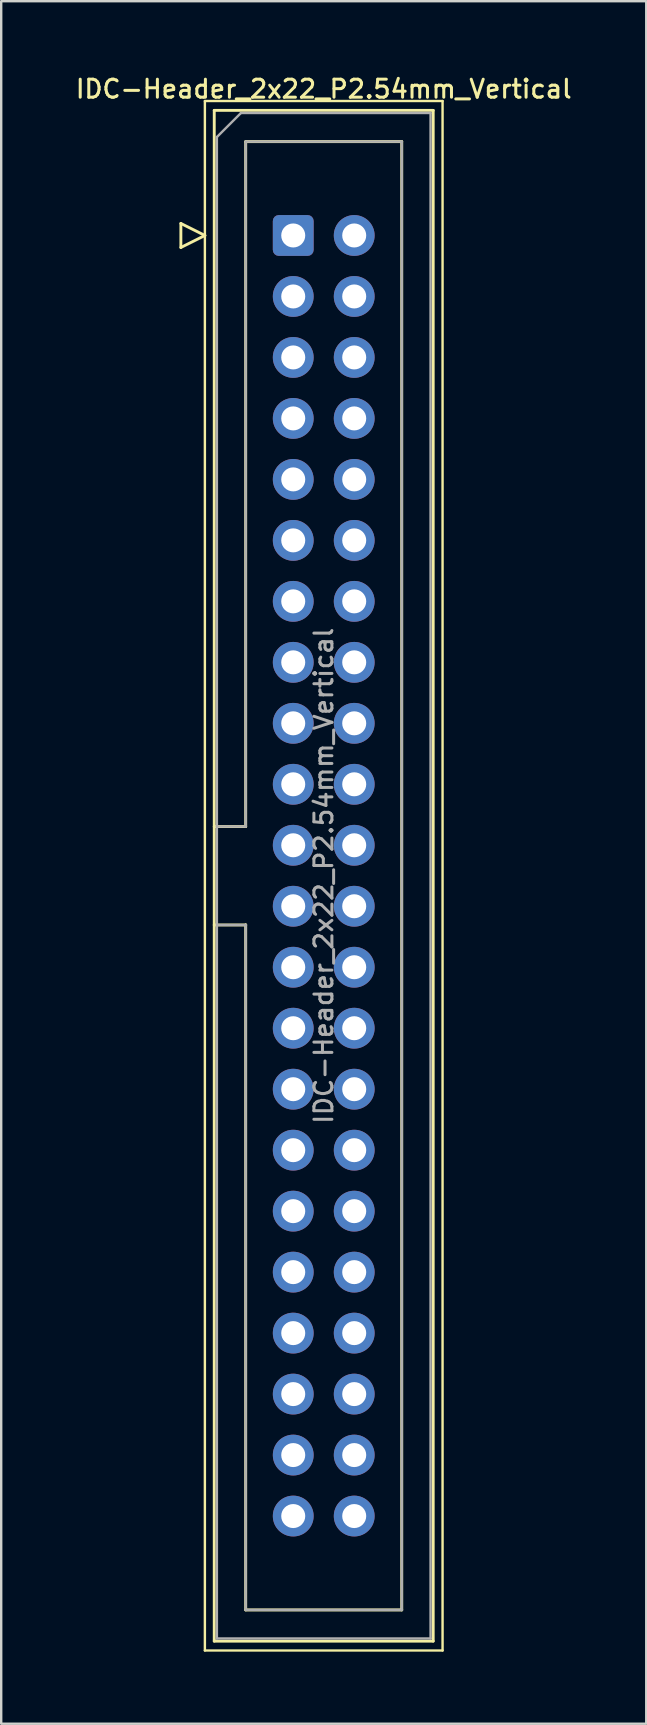
<source format=kicad_pcb>
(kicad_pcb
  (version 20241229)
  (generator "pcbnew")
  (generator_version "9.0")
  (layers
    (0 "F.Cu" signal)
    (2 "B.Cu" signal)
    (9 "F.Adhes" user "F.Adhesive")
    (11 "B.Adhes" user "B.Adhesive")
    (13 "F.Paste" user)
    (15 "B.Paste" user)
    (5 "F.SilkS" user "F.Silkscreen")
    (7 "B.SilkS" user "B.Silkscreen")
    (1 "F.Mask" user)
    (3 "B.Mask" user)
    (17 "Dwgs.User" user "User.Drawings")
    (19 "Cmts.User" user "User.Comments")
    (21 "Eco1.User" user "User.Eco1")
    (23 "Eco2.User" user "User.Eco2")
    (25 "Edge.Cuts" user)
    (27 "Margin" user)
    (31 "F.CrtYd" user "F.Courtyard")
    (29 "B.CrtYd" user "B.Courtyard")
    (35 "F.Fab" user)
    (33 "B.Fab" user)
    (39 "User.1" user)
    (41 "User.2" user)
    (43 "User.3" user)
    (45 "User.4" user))
  (footprint "IDC-Header_2x22_P2.54mm_Vertical"
    (layer "F.Cu")
    (at 9.164 6.758)
    (property "Reference" "IDC-Header_2x22_P2.54mm_Vertical" (at 1.27 -6.1 0) (layer "F.SilkS") (effects (font (size 0.75 0.75) (thickness 0.125))))
    (attr through_hole)
    (fp_line (start -4.68 -0.5) (end -4.68 0.5) (stroke (width 0.12) (type solid)) (layer "F.SilkS"))
    (fp_line (start -4.68 0.5) (end -3.68 0) (stroke (width 0.12) (type solid)) (layer "F.SilkS"))
    (fp_line (start -3.68 -5.6) (end -3.68 58.94) (stroke (width 0.1) (type solid)) (layer "F.SilkS"))
    (fp_line (start -3.68 0) (end -4.68 -0.5) (stroke (width 0.12) (type solid)) (layer "F.SilkS"))
    (fp_line (start -3.68 58.94) (end 6.22 58.94) (stroke (width 0.1) (type solid)) (layer "F.SilkS"))
    (fp_line (start -3.29 -5.21) (end 5.83 -5.21) (stroke (width 0.12) (type solid)) (layer "F.SilkS"))
    (fp_line (start -3.29 24.62) (end -1.98 24.62) (stroke (width 0.12) (type solid)) (layer "F.SilkS"))
    (fp_line (start -3.29 58.55) (end -3.29 -5.21) (stroke (width 0.12) (type solid)) (layer "F.SilkS"))
    (fp_line (start -1.98 -3.91) (end 4.52 -3.91) (stroke (width 0.12) (type solid)) (layer "F.SilkS"))
    (fp_line (start -1.98 24.62) (end -1.98 -3.91) (stroke (width 0.12) (type solid)) (layer "F.SilkS"))
    (fp_line (start -1.98 28.72) (end -3.29 28.72) (stroke (width 0.12) (type solid)) (layer "F.SilkS"))
    (fp_line (start -1.98 28.72) (end -1.98 28.72) (stroke (width 0.12) (type solid)) (layer "F.SilkS"))
    (fp_line (start -1.98 57.25) (end -1.98 28.72) (stroke (width 0.12) (type solid)) (layer "F.SilkS"))
    (fp_line (start 4.52 -3.91) (end 4.52 57.25) (stroke (width 0.12) (type solid)) (layer "F.SilkS"))
    (fp_line (start 4.52 57.25) (end -1.98 57.25) (stroke (width 0.12) (type solid)) (layer "F.SilkS"))
    (fp_line (start 5.83 -5.21) (end 5.83 58.55) (stroke (width 0.12) (type solid)) (layer "F.SilkS"))
    (fp_line (start 5.83 58.55) (end -3.29 58.55) (stroke (width 0.12) (type solid)) (layer "F.SilkS"))
    (fp_line (start 6.22 -5.6) (end -3.68 -5.6) (stroke (width 0.1) (type solid)) (layer "F.SilkS"))
    (fp_line (start 6.22 58.94) (end 6.22 -5.6) (stroke (width 0.1) (type solid)) (layer "F.SilkS"))
    (fp_line (start -3.18 -4.1) (end -2.18 -5.1) (stroke (width 0.1) (type solid)) (layer "F.Fab"))
    (fp_line (start -3.18 24.62) (end -1.98 24.62) (stroke (width 0.1) (type solid)) (layer "F.Fab"))
    (fp_line (start -3.18 58.44) (end -3.18 -4.1) (stroke (width 0.1) (type solid)) (layer "F.Fab"))
    (fp_line (start -2.18 -5.1) (end 5.72 -5.1) (stroke (width 0.1) (type solid)) (layer "F.Fab"))
    (fp_line (start -1.98 -3.91) (end 4.52 -3.91) (stroke (width 0.1) (type solid)) (layer "F.Fab"))
    (fp_line (start -1.98 24.62) (end -1.98 -3.91) (stroke (width 0.1) (type solid)) (layer "F.Fab"))
    (fp_line (start -1.98 28.72) (end -3.18 28.72) (stroke (width 0.1) (type solid)) (layer "F.Fab"))
    (fp_line (start -1.98 28.72) (end -1.98 28.72) (stroke (width 0.1) (type solid)) (layer "F.Fab"))
    (fp_line (start -1.98 57.25) (end -1.98 28.72) (stroke (width 0.1) (type solid)) (layer "F.Fab"))
    (fp_line (start 4.52 -3.91) (end 4.52 57.25) (stroke (width 0.1) (type solid)) (layer "F.Fab"))
    (fp_line (start 4.52 57.25) (end -1.98 57.25) (stroke (width 0.1) (type solid)) (layer "F.Fab"))
    (fp_line (start 5.72 -5.1) (end 5.72 58.44) (stroke (width 0.1) (type solid)) (layer "F.Fab"))
    (fp_line (start 5.72 58.44) (end -3.18 58.44) (stroke (width 0.1) (type solid)) (layer "F.Fab"))
    (fp_text user "${REFERENCE}" (at 1.27 26.67 90) (layer "F.Fab") (effects (font (size 0.75 0.75) (thickness 0.125))))
    (pad "1" thru_hole roundrect (at 0 0) (size 1.7 1.7) (drill 1) (layers "*.Cu" "*.Mask") (roundrect_rratio 0.147))
    (pad "2" thru_hole circle (at 2.54 0) (size 1.7 1.7) (drill 1) (layers "*.Cu" "*.Mask"))
    (pad "3" thru_hole circle (at 0 2.54) (size 1.7 1.7) (drill 1) (layers "*.Cu" "*.Mask"))
    (pad "4" thru_hole circle (at 2.54 2.54) (size 1.7 1.7) (drill 1) (layers "*.Cu" "*.Mask"))
    (pad "5" thru_hole circle (at 0 5.08) (size 1.7 1.7) (drill 1) (layers "*.Cu" "*.Mask"))
    (pad "6" thru_hole circle (at 2.54 5.08) (size 1.7 1.7) (drill 1) (layers "*.Cu" "*.Mask"))
    (pad "7" thru_hole circle (at 0 7.62) (size 1.7 1.7) (drill 1) (layers "*.Cu" "*.Mask"))
    (pad "8" thru_hole circle (at 2.54 7.62) (size 1.7 1.7) (drill 1) (layers "*.Cu" "*.Mask"))
    (pad "9" thru_hole circle (at 0 10.16) (size 1.7 1.7) (drill 1) (layers "*.Cu" "*.Mask"))
    (pad "10" thru_hole circle (at 2.54 10.16) (size 1.7 1.7) (drill 1) (layers "*.Cu" "*.Mask"))
    (pad "11" thru_hole circle (at 0 12.7) (size 1.7 1.7) (drill 1) (layers "*.Cu" "*.Mask"))
    (pad "12" thru_hole circle (at 2.54 12.7) (size 1.7 1.7) (drill 1) (layers "*.Cu" "*.Mask"))
    (pad "13" thru_hole circle (at 0 15.24) (size 1.7 1.7) (drill 1) (layers "*.Cu" "*.Mask"))
    (pad "14" thru_hole circle (at 2.54 15.24) (size 1.7 1.7) (drill 1) (layers "*.Cu" "*.Mask"))
    (pad "15" thru_hole circle (at 0 17.78) (size 1.7 1.7) (drill 1) (layers "*.Cu" "*.Mask"))
    (pad "16" thru_hole circle (at 2.54 17.78) (size 1.7 1.7) (drill 1) (layers "*.Cu" "*.Mask"))
    (pad "17" thru_hole circle (at 0 20.32) (size 1.7 1.7) (drill 1) (layers "*.Cu" "*.Mask"))
    (pad "18" thru_hole circle (at 2.54 20.32) (size 1.7 1.7) (drill 1) (layers "*.Cu" "*.Mask"))
    (pad "19" thru_hole circle (at 0 22.86) (size 1.7 1.7) (drill 1) (layers "*.Cu" "*.Mask"))
    (pad "20" thru_hole circle (at 2.54 22.86) (size 1.7 1.7) (drill 1) (layers "*.Cu" "*.Mask"))
    (pad "21" thru_hole circle (at 0 25.4) (size 1.7 1.7) (drill 1) (layers "*.Cu" "*.Mask"))
    (pad "22" thru_hole circle (at 2.54 25.4) (size 1.7 1.7) (drill 1) (layers "*.Cu" "*.Mask"))
    (pad "23" thru_hole circle (at 0 27.94) (size 1.7 1.7) (drill 1) (layers "*.Cu" "*.Mask"))
    (pad "24" thru_hole circle (at 2.54 27.94) (size 1.7 1.7) (drill 1) (layers "*.Cu" "*.Mask"))
    (pad "25" thru_hole circle (at 0 30.48) (size 1.7 1.7) (drill 1) (layers "*.Cu" "*.Mask"))
    (pad "26" thru_hole circle (at 2.54 30.48) (size 1.7 1.7) (drill 1) (layers "*.Cu" "*.Mask"))
    (pad "27" thru_hole circle (at 0 33.02) (size 1.7 1.7) (drill 1) (layers "*.Cu" "*.Mask"))
    (pad "28" thru_hole circle (at 2.54 33.02) (size 1.7 1.7) (drill 1) (layers "*.Cu" "*.Mask"))
    (pad "29" thru_hole circle (at 0 35.56) (size 1.7 1.7) (drill 1) (layers "*.Cu" "*.Mask"))
    (pad "30" thru_hole circle (at 2.54 35.56) (size 1.7 1.7) (drill 1) (layers "*.Cu" "*.Mask"))
    (pad "31" thru_hole circle (at 0 38.1) (size 1.7 1.7) (drill 1) (layers "*.Cu" "*.Mask"))
    (pad "32" thru_hole circle (at 2.54 38.1) (size 1.7 1.7) (drill 1) (layers "*.Cu" "*.Mask"))
    (pad "33" thru_hole circle (at 0 40.64) (size 1.7 1.7) (drill 1) (layers "*.Cu" "*.Mask"))
    (pad "34" thru_hole circle (at 2.54 40.64) (size 1.7 1.7) (drill 1) (layers "*.Cu" "*.Mask"))
    (pad "35" thru_hole circle (at 0 43.18) (size 1.7 1.7) (drill 1) (layers "*.Cu" "*.Mask"))
    (pad "36" thru_hole circle (at 2.54 43.18) (size 1.7 1.7) (drill 1) (layers "*.Cu" "*.Mask"))
    (pad "37" thru_hole circle (at 0 45.72) (size 1.7 1.7) (drill 1) (layers "*.Cu" "*.Mask"))
    (pad "38" thru_hole circle (at 2.54 45.72) (size 1.7 1.7) (drill 1) (layers "*.Cu" "*.Mask"))
    (pad "39" thru_hole circle (at 0 48.26) (size 1.7 1.7) (drill 1) (layers "*.Cu" "*.Mask"))
    (pad "40" thru_hole circle (at 2.54 48.26) (size 1.7 1.7) (drill 1) (layers "*.Cu" "*.Mask"))
    (pad "41" thru_hole circle (at 0 50.8) (size 1.7 1.7) (drill 1) (layers "*.Cu" "*.Mask"))
    (pad "42" thru_hole circle (at 2.54 50.8) (size 1.7 1.7) (drill 1) (layers "*.Cu" "*.Mask"))
    (pad "43" thru_hole circle (at 0 53.34) (size 1.7 1.7) (drill 1) (layers "*.Cu" "*.Mask"))
    (pad "44" thru_hole circle (at 2.54 53.34) (size 1.7 1.7) (drill 1) (layers "*.Cu" "*.Mask")))
  (gr_rect
    (start -3 -3)
    (end 23.868 68.748)
    (stroke (width 0.1) (type default))
    (fill no)
    (layer "Edge.Cuts")))
</source>
